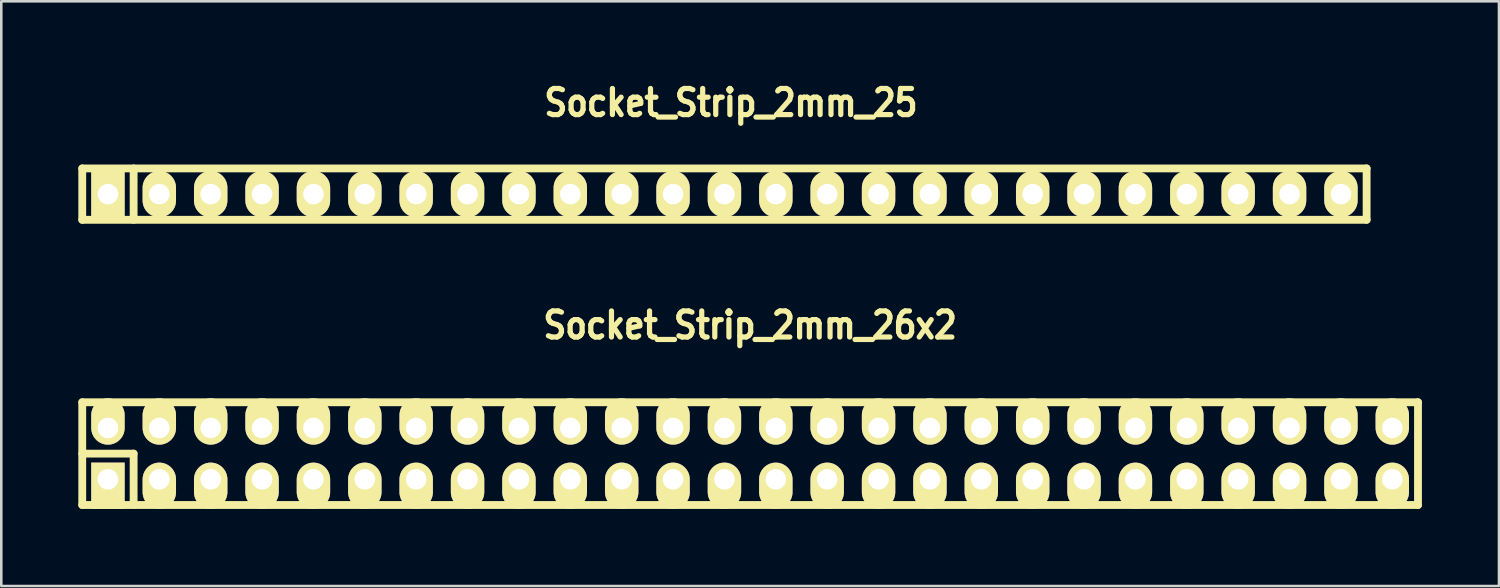
<source format=kicad_pcb>
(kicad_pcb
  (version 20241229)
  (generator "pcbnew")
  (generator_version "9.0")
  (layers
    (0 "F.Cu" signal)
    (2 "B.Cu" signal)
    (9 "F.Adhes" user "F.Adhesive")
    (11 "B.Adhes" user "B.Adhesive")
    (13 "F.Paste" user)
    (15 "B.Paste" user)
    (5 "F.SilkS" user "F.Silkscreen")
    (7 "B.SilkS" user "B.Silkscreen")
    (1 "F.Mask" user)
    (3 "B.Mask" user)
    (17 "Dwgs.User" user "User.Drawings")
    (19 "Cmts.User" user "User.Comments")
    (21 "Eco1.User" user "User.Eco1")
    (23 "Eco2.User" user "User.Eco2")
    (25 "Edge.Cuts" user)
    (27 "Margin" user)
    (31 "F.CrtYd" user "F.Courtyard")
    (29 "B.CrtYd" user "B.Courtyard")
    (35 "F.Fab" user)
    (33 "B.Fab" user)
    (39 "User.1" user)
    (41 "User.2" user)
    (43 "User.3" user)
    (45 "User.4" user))
  (footprint "Socket_Strip_2mm_26x2"
    (layer "F.Cu")
    (at 26.152 14.61)
    (property "Reference" "Socket_Strip_2mm_26x2" (at 0 -5 0) (layer "F.SilkS") (effects (font (size 1.016 0.889) (thickness 0.203))))
    (attr through_hole)
    (fp_line (start -26 -2) (end 26 -2) (stroke (width 0.305) (type solid)) (layer "F.SilkS"))
    (fp_line (start -26 0) (end -24 0) (stroke (width 0.305) (type solid)) (layer "F.SilkS"))
    (fp_line (start -26 2) (end -26 -2) (stroke (width 0.305) (type solid)) (layer "F.SilkS"))
    (fp_line (start -24 0) (end -24 2) (stroke (width 0.305) (type solid)) (layer "F.SilkS"))
    (fp_line (start 26 -2) (end 26 2) (stroke (width 0.305) (type solid)) (layer "F.SilkS"))
    (fp_line (start 26 2) (end -26 2) (stroke (width 0.305) (type solid)) (layer "F.SilkS"))
    (pad "1" thru_hole rect (at -25 1) (size 1.3 1.8) (drill 0.8 (offset 0 0.25)) (layers "*.Cu" "*.Mask" "F.SilkS"))
    (pad "2" thru_hole oval (at -25 -1) (size 1.3 1.8) (drill 0.8 (offset 0 -0.25)) (layers "*.Cu" "*.Mask" "F.SilkS"))
    (pad "3" thru_hole oval (at -23 1) (size 1.3 1.8) (drill 0.8 (offset 0 0.25)) (layers "*.Cu" "*.Mask" "F.SilkS"))
    (pad "4" thru_hole oval (at -23 -1) (size 1.3 1.8) (drill 0.8 (offset 0 -0.25)) (layers "*.Cu" "*.Mask" "F.SilkS"))
    (pad "5" thru_hole oval (at -21 1) (size 1.3 1.8) (drill 0.8 (offset 0 0.25)) (layers "*.Cu" "*.Mask" "F.SilkS"))
    (pad "6" thru_hole oval (at -21 -1) (size 1.3 1.8) (drill 0.8 (offset 0 -0.25)) (layers "*.Cu" "*.Mask" "F.SilkS"))
    (pad "7" thru_hole oval (at -19 1) (size 1.3 1.8) (drill 0.8 (offset 0 0.25)) (layers "*.Cu" "*.Mask" "F.SilkS"))
    (pad "8" thru_hole oval (at -19 -1) (size 1.3 1.8) (drill 0.8 (offset 0 -0.25)) (layers "*.Cu" "*.Mask" "F.SilkS"))
    (pad "9" thru_hole oval (at -17 1) (size 1.3 1.8) (drill 0.8 (offset 0 0.25)) (layers "*.Cu" "*.Mask" "F.SilkS"))
    (pad "10" thru_hole oval (at -17 -1) (size 1.3 1.8) (drill 0.8 (offset 0 -0.25)) (layers "*.Cu" "*.Mask" "F.SilkS"))
    (pad "11" thru_hole oval (at -15 1) (size 1.3 1.8) (drill 0.8 (offset 0 0.25)) (layers "*.Cu" "*.Mask" "F.SilkS"))
    (pad "12" thru_hole oval (at -15 -1) (size 1.3 1.8) (drill 0.8 (offset 0 -0.25)) (layers "*.Cu" "*.Mask" "F.SilkS"))
    (pad "13" thru_hole oval (at -13 1) (size 1.3 1.8) (drill 0.8 (offset 0 0.25)) (layers "*.Cu" "*.Mask" "F.SilkS"))
    (pad "14" thru_hole oval (at -13 -1) (size 1.3 1.8) (drill 0.8 (offset 0 -0.25)) (layers "*.Cu" "*.Mask" "F.SilkS"))
    (pad "15" thru_hole oval (at -11 1) (size 1.3 1.8) (drill 0.8 (offset 0 0.25)) (layers "*.Cu" "*.Mask" "F.SilkS"))
    (pad "16" thru_hole oval (at -11 -1) (size 1.3 1.8) (drill 0.8 (offset 0 -0.25)) (layers "*.Cu" "*.Mask" "F.SilkS"))
    (pad "17" thru_hole oval (at -9 1) (size 1.3 1.8) (drill 0.8 (offset 0 0.25)) (layers "*.Cu" "*.Mask" "F.SilkS"))
    (pad "18" thru_hole oval (at -9 -1) (size 1.3 1.8) (drill 0.8 (offset 0 -0.25)) (layers "*.Cu" "*.Mask" "F.SilkS"))
    (pad "19" thru_hole oval (at -7 1) (size 1.3 1.8) (drill 0.8 (offset 0 0.25)) (layers "*.Cu" "*.Mask" "F.SilkS"))
    (pad "20" thru_hole oval (at -7 -1) (size 1.3 1.8) (drill 0.8 (offset 0 -0.25)) (layers "*.Cu" "*.Mask" "F.SilkS"))
    (pad "21" thru_hole oval (at -5 1) (size 1.3 1.8) (drill 0.8 (offset 0 0.25)) (layers "*.Cu" "*.Mask" "F.SilkS"))
    (pad "22" thru_hole oval (at -5 -1) (size 1.3 1.8) (drill 0.8 (offset 0 -0.25)) (layers "*.Cu" "*.Mask" "F.SilkS"))
    (pad "23" thru_hole oval (at -3 1) (size 1.3 1.8) (drill 0.8 (offset 0 0.25)) (layers "*.Cu" "*.Mask" "F.SilkS"))
    (pad "24" thru_hole oval (at -3 -1) (size 1.3 1.8) (drill 0.8 (offset 0 -0.25)) (layers "*.Cu" "*.Mask" "F.SilkS"))
    (pad "25" thru_hole oval (at -1 1) (size 1.3 1.8) (drill 0.8 (offset 0 0.25)) (layers "*.Cu" "*.Mask" "F.SilkS"))
    (pad "26" thru_hole oval (at -1 -1) (size 1.3 1.8) (drill 0.8 (offset 0 -0.25)) (layers "*.Cu" "*.Mask" "F.SilkS"))
    (pad "27" thru_hole oval (at 1 1) (size 1.3 1.8) (drill 0.8 (offset 0 0.25)) (layers "*.Cu" "*.Mask" "F.SilkS"))
    (pad "28" thru_hole oval (at 1 -1) (size 1.3 1.8) (drill 0.8 (offset 0 -0.25)) (layers "*.Cu" "*.Mask" "F.SilkS"))
    (pad "29" thru_hole oval (at 3 1) (size 1.3 1.8) (drill 0.8 (offset 0 0.25)) (layers "*.Cu" "*.Mask" "F.SilkS"))
    (pad "30" thru_hole oval (at 3 -1) (size 1.3 1.8) (drill 0.8 (offset 0 -0.25)) (layers "*.Cu" "*.Mask" "F.SilkS"))
    (pad "31" thru_hole oval (at 5 1) (size 1.3 1.8) (drill 0.8 (offset 0 0.25)) (layers "*.Cu" "*.Mask" "F.SilkS"))
    (pad "32" thru_hole oval (at 5 -1) (size 1.3 1.8) (drill 0.8 (offset 0 -0.25)) (layers "*.Cu" "*.Mask" "F.SilkS"))
    (pad "33" thru_hole oval (at 7 1) (size 1.3 1.8) (drill 0.8 (offset 0 0.25)) (layers "*.Cu" "*.Mask" "F.SilkS"))
    (pad "34" thru_hole oval (at 7 -1) (size 1.3 1.8) (drill 0.8 (offset 0 -0.25)) (layers "*.Cu" "*.Mask" "F.SilkS"))
    (pad "35" thru_hole oval (at 9 1) (size 1.3 1.8) (drill 0.8 (offset 0 0.25)) (layers "*.Cu" "*.Mask" "F.SilkS"))
    (pad "36" thru_hole oval (at 9 -1) (size 1.3 1.8) (drill 0.8 (offset 0 -0.25)) (layers "*.Cu" "*.Mask" "F.SilkS"))
    (pad "37" thru_hole oval (at 11 1) (size 1.3 1.8) (drill 0.8 (offset 0 0.25)) (layers "*.Cu" "*.Mask" "F.SilkS"))
    (pad "38" thru_hole oval (at 11 -1) (size 1.3 1.8) (drill 0.8 (offset 0 -0.25)) (layers "*.Cu" "*.Mask" "F.SilkS"))
    (pad "39" thru_hole oval (at 13 1) (size 1.3 1.8) (drill 0.8 (offset 0 0.25)) (layers "*.Cu" "*.Mask" "F.SilkS"))
    (pad "40" thru_hole oval (at 13 -1) (size 1.3 1.8) (drill 0.8 (offset 0 -0.25)) (layers "*.Cu" "*.Mask" "F.SilkS"))
    (pad "41" thru_hole oval (at 15 1) (size 1.3 1.8) (drill 0.8 (offset 0 0.25)) (layers "*.Cu" "*.Mask" "F.SilkS"))
    (pad "42" thru_hole oval (at 15 -1) (size 1.3 1.8) (drill 0.8 (offset 0 -0.25)) (layers "*.Cu" "*.Mask" "F.SilkS"))
    (pad "43" thru_hole oval (at 17 1) (size 1.3 1.8) (drill 0.8 (offset 0 0.25)) (layers "*.Cu" "*.Mask" "F.SilkS"))
    (pad "44" thru_hole oval (at 17 -1) (size 1.3 1.8) (drill 0.8 (offset 0 -0.25)) (layers "*.Cu" "*.Mask" "F.SilkS"))
    (pad "45" thru_hole oval (at 19 1) (size 1.3 1.8) (drill 0.8 (offset 0 0.25)) (layers "*.Cu" "*.Mask" "F.SilkS"))
    (pad "46" thru_hole oval (at 19 -1) (size 1.3 1.8) (drill 0.8 (offset 0 -0.25)) (layers "*.Cu" "*.Mask" "F.SilkS"))
    (pad "47" thru_hole oval (at 21 1) (size 1.3 1.8) (drill 0.8 (offset 0 0.25)) (layers "*.Cu" "*.Mask" "F.SilkS"))
    (pad "48" thru_hole oval (at 21 -1) (size 1.3 1.8) (drill 0.8 (offset 0 -0.25)) (layers "*.Cu" "*.Mask" "F.SilkS"))
    (pad "49" thru_hole oval (at 23 1) (size 1.3 1.8) (drill 0.8 (offset 0 0.25)) (layers "*.Cu" "*.Mask" "F.SilkS"))
    (pad "50" thru_hole oval (at 23 -1) (size 1.3 1.8) (drill 0.8 (offset 0 -0.25)) (layers "*.Cu" "*.Mask" "F.SilkS"))
    (pad "51" thru_hole oval (at 25 1) (size 1.3 1.8) (drill 0.8 (offset 0 0.25)) (layers "*.Cu" "*.Mask" "F.SilkS"))
    (pad "52" thru_hole oval (at 25 -1) (size 1.3 1.8) (drill 0.8 (offset 0 -0.25)) (layers "*.Cu" "*.Mask" "F.SilkS")))
  (footprint "Socket_Strip_2mm_25"
    (layer "F.Cu")
    (at 25.152 4.507)
    (property "Reference" "Socket_Strip_2mm_25" (at 0.254 -3.556 0) (layer "F.SilkS") (effects (font (size 1.016 0.889) (thickness 0.203))))
    (attr through_hole)
    (fp_line (start -25 -1) (end 25 -1) (stroke (width 0.305) (type solid)) (layer "F.SilkS"))
    (fp_line (start -25 1) (end -25 -1) (stroke (width 0.305) (type solid)) (layer "F.SilkS"))
    (fp_line (start -23 -1) (end -23 1) (stroke (width 0.305) (type solid)) (layer "F.SilkS"))
    (fp_line (start 25 -1) (end 25 1) (stroke (width 0.305) (type solid)) (layer "F.SilkS"))
    (fp_line (start 25 1) (end -25 1) (stroke (width 0.305) (type solid)) (layer "F.SilkS"))
    (pad "1" thru_hole rect (at -24 0) (size 1.3 1.8) (drill 0.8) (layers "*.Cu" "*.Mask" "F.SilkS"))
    (pad "2" thru_hole oval (at -22 0) (size 1.3 1.8) (drill 0.8) (layers "*.Cu" "*.Mask" "F.SilkS"))
    (pad "3" thru_hole oval (at -20 0) (size 1.3 1.8) (drill 0.8) (layers "*.Cu" "*.Mask" "F.SilkS"))
    (pad "4" thru_hole oval (at -18 0) (size 1.3 1.8) (drill 0.8) (layers "*.Cu" "*.Mask" "F.SilkS"))
    (pad "5" thru_hole oval (at -16 0) (size 1.3 1.8) (drill 0.8) (layers "*.Cu" "*.Mask" "F.SilkS"))
    (pad "6" thru_hole oval (at -14 0) (size 1.3 1.8) (drill 0.8) (layers "*.Cu" "*.Mask" "F.SilkS"))
    (pad "7" thru_hole oval (at -12 0) (size 1.3 1.8) (drill 0.8) (layers "*.Cu" "*.Mask" "F.SilkS"))
    (pad "8" thru_hole oval (at -10 0) (size 1.3 1.8) (drill 0.8) (layers "*.Cu" "*.Mask" "F.SilkS"))
    (pad "9" thru_hole oval (at -8 0) (size 1.3 1.8) (drill 0.8) (layers "*.Cu" "*.Mask" "F.SilkS"))
    (pad "10" thru_hole oval (at -6 0) (size 1.3 1.8) (drill 0.8) (layers "*.Cu" "*.Mask" "F.SilkS"))
    (pad "11" thru_hole oval (at -4 0) (size 1.3 1.8) (drill 0.8) (layers "*.Cu" "*.Mask" "F.SilkS"))
    (pad "12" thru_hole oval (at -2 0) (size 1.3 1.8) (drill 0.8) (layers "*.Cu" "*.Mask" "F.SilkS"))
    (pad "13" thru_hole oval (at 0 0) (size 1.3 1.8) (drill 0.8) (layers "*.Cu" "*.Mask" "F.SilkS"))
    (pad "14" thru_hole oval (at 2 0) (size 1.3 1.8) (drill 0.8) (layers "*.Cu" "*.Mask" "F.SilkS"))
    (pad "15" thru_hole oval (at 4 0) (size 1.3 1.8) (drill 0.8) (layers "*.Cu" "*.Mask" "F.SilkS"))
    (pad "16" thru_hole oval (at 6 0) (size 1.3 1.8) (drill 0.8) (layers "*.Cu" "*.Mask" "F.SilkS"))
    (pad "17" thru_hole oval (at 8 0) (size 1.3 1.8) (drill 0.8) (layers "*.Cu" "*.Mask" "F.SilkS"))
    (pad "18" thru_hole oval (at 10 0) (size 1.3 1.8) (drill 0.8) (layers "*.Cu" "*.Mask" "F.SilkS"))
    (pad "19" thru_hole oval (at 12 0) (size 1.3 1.8) (drill 0.8) (layers "*.Cu" "*.Mask" "F.SilkS"))
    (pad "20" thru_hole oval (at 14 0) (size 1.3 1.8) (drill 0.8) (layers "*.Cu" "*.Mask" "F.SilkS"))
    (pad "21" thru_hole oval (at 16 0) (size 1.3 1.8) (drill 0.8) (layers "*.Cu" "*.Mask" "F.SilkS"))
    (pad "22" thru_hole oval (at 18 0) (size 1.3 1.8) (drill 0.8) (layers "*.Cu" "*.Mask" "F.SilkS"))
    (pad "23" thru_hole oval (at 20 0) (size 1.3 1.8) (drill 0.8) (layers "*.Cu" "*.Mask" "F.SilkS"))
    (pad "24" thru_hole oval (at 22 0) (size 1.3 1.8) (drill 0.8) (layers "*.Cu" "*.Mask" "F.SilkS"))
    (pad "25" thru_hole oval (at 24 0) (size 1.3 1.8) (drill 0.8) (layers "*.Cu" "*.Mask" "F.SilkS")))
  (gr_rect
    (start -3 -3)
    (end 55.305 19.763)
    (stroke (width 0.1) (type default))
    (fill no)
    (layer "Edge.Cuts")))
</source>
